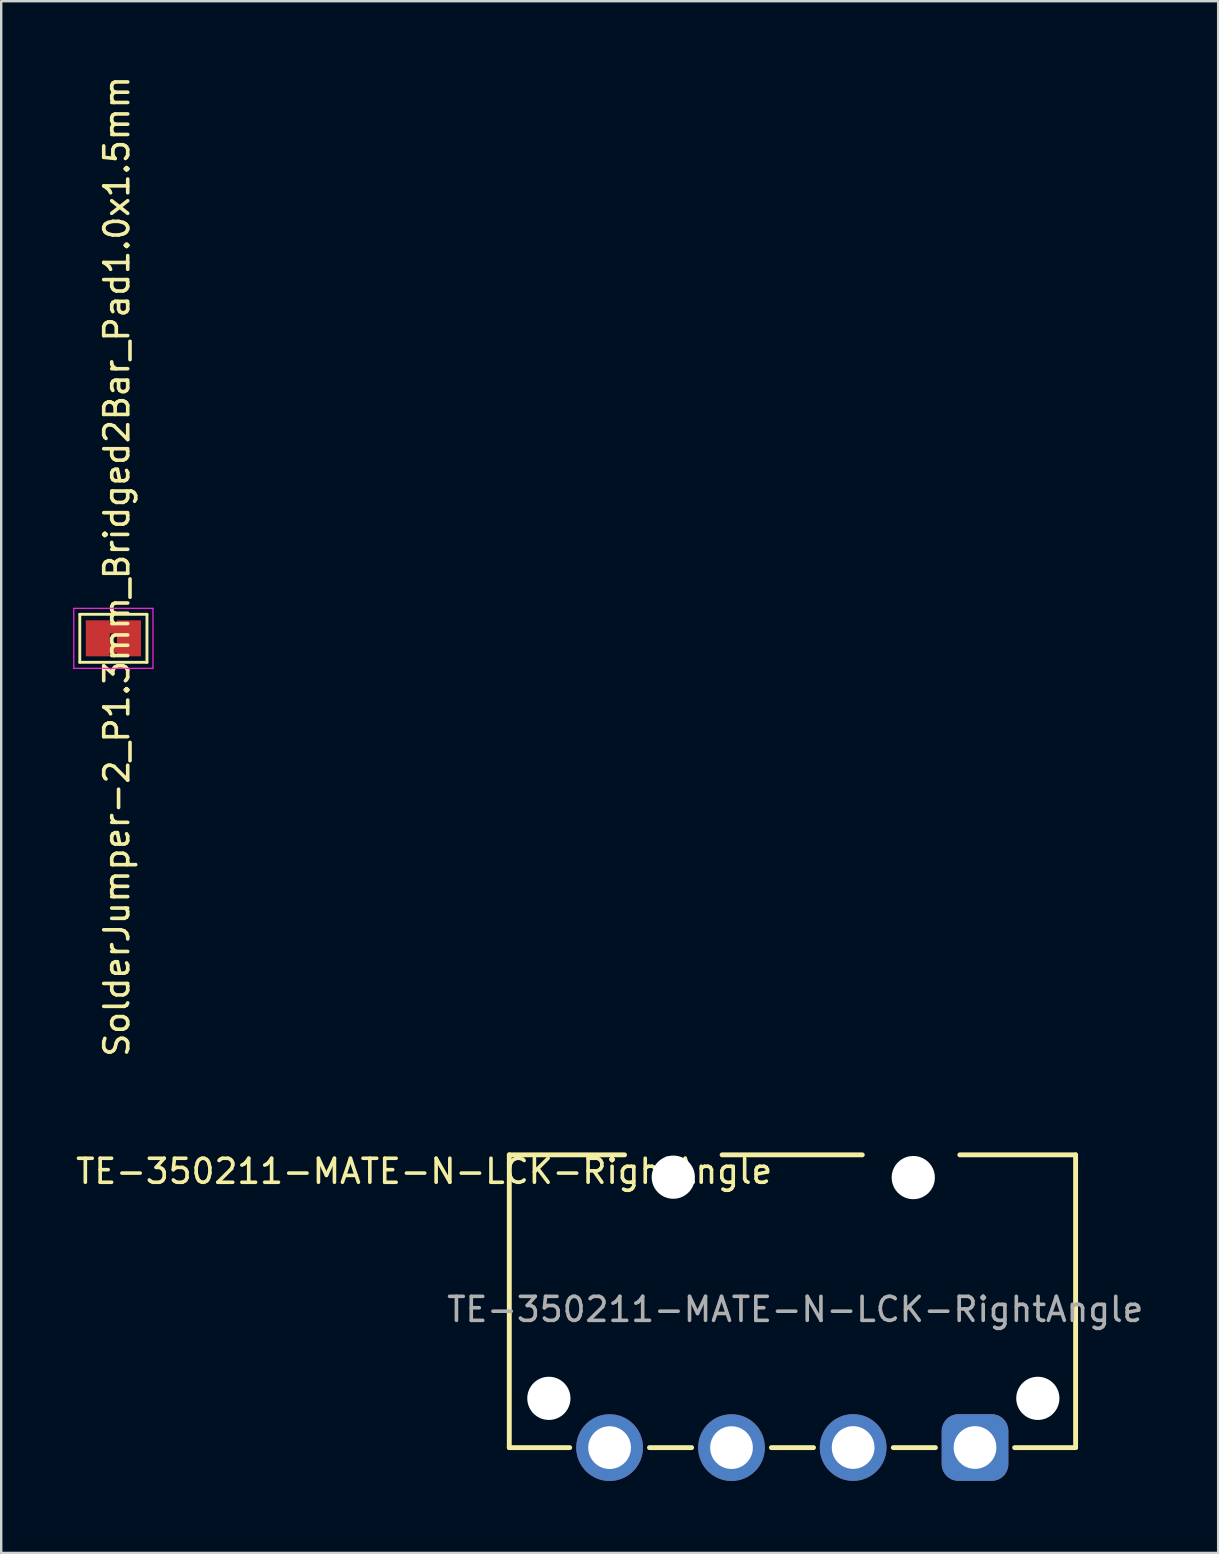
<source format=kicad_pcb>
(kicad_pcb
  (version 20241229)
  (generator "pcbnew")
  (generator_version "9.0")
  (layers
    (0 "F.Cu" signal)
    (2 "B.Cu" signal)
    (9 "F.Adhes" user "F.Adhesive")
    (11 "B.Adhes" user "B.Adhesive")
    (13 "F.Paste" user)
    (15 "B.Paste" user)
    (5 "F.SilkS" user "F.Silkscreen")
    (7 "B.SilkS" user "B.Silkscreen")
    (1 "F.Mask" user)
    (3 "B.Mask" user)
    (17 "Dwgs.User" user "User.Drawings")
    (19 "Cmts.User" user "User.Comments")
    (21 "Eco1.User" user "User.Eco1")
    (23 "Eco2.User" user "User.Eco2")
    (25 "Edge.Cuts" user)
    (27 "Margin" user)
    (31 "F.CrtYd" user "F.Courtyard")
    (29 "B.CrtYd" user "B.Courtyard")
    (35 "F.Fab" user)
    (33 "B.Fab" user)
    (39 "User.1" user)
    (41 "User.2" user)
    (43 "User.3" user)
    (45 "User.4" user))
  (footprint "TE-350211-MATE-N-LCK-RightAngle"
    (layer "F.Cu")
    (at 30.09 49.018)
    (property "Reference" "TE-350211-MATE-N-LCK-RightAngle" (at -15.465 -3.255 0) (unlocked yes) (layer "F.SilkS") (effects (font (size 1 1) (thickness 0.15))))
    (attr through_hole)
    (fp_line (start -11.916 -3.941) (end -11.916 8.259) (stroke (width 0.203) (type solid)) (layer "F.SilkS"))
    (fp_line (start -11.916 8.259) (end -9.398 8.259) (stroke (width 0.203) (type solid)) (layer "F.SilkS"))
    (fp_line (start -7.112 -3.941) (end -11.916 -3.941) (stroke (width 0.203) (type solid)) (layer "F.SilkS"))
    (fp_line (start -6.074 8.259) (end -4.318 8.259) (stroke (width 0.203) (type solid)) (layer "F.SilkS"))
    (fp_line (start -0.994 8.259) (end 0.762 8.259) (stroke (width 0.203) (type solid)) (layer "F.SilkS"))
    (fp_line (start 2.794 -3.941) (end -3.048 -3.941) (stroke (width 0.203) (type solid)) (layer "F.SilkS"))
    (fp_line (start 4.086 8.259) (end 5.842 8.259) (stroke (width 0.203) (type solid)) (layer "F.SilkS"))
    (fp_line (start 9.144 8.259) (end 11.684 8.259) (stroke (width 0.203) (type solid)) (layer "F.SilkS"))
    (fp_line (start 11.684 -3.941) (end 6.858 -3.941) (stroke (width 0.203) (type solid)) (layer "F.SilkS"))
    (fp_line (start 11.684 8.259) (end 11.684 -3.941) (stroke (width 0.203) (type solid)) (layer "F.SilkS"))
    (fp_text user "${REFERENCE}" (at 0 2.5 0) (unlocked yes) (layer "F.Fab") (effects (font (size 1 1) (thickness 0.15))))
    (pad "" np_thru_hole circle (at -10.267 6.206) (size 1.8 1.8) (drill 2.2) (layers "*.Cu" "*.Mask"))
    (pad "" np_thru_hole circle (at -5.082 -3.011) (size 1.8 1.8) (drill 3.8) (layers "*.Cu" "*.Mask"))
    (pad "" np_thru_hole circle (at 4.919 -2.994) (size 1.8 1.8) (drill 3.8) (layers "*.Cu" "*.Mask"))
    (pad "" np_thru_hole circle (at 10.11 6.206) (size 1.8 1.8) (drill 2.2) (layers "*.Cu" "*.Mask"))
    (pad "1" thru_hole roundrect (at 7.493 8.255) (size 2.78 2.78) (drill 1.78) (layers "*.Cu" "*.Mask") (roundrect_rratio 0.25))
    (pad "2" thru_hole circle (at 2.413 8.255) (size 2.78 2.78) (drill 1.78) (layers "*.Cu" "*.Mask"))
    (pad "3" thru_hole circle (at -2.656 8.259) (size 2.78 2.78) (drill 1.78) (layers "*.Cu" "*.Mask"))
    (pad "4" thru_hole circle (at -7.736 8.259) (size 2.78 2.78) (drill 1.78) (layers "*.Cu" "*.Mask")))
  (footprint "SolderJumper-2_P1.3mm_Bridged2Bar_Pad1.0x1.5mm"
    (layer "F.Cu")
    (at 1.675 23.551)
    (property "Reference" "SolderJumper-2_P1.3mm_Bridged2Bar_Pad1.0x1.5mm" (at 0.142 -2.997 270) (layer "F.SilkS") (effects (font (size 1 1) (thickness 0.15))))
    (attr exclude_from_pos_files)
    (fp_poly (pts (xy -0.25 -0.6) (xy 0.25 -0.6) (xy 0.25 -0.2) (xy -0.25 -0.2)) (stroke (width 0) (type solid)) (fill yes) (layer "F.Cu"))
    (fp_poly (pts (xy -0.25 0.2) (xy 0.25 0.2) (xy 0.25 0.6) (xy -0.25 0.6)) (stroke (width 0) (type solid)) (fill yes) (layer "F.Cu"))
    (fp_line (start -1.4 -1) (end 1.4 -1) (stroke (width 0.12) (type solid)) (layer "F.SilkS"))
    (fp_line (start -1.4 1) (end -1.4 -1) (stroke (width 0.12) (type solid)) (layer "F.SilkS"))
    (fp_line (start 1.4 -1) (end 1.4 1) (stroke (width 0.12) (type solid)) (layer "F.SilkS"))
    (fp_line (start 1.4 1) (end -1.4 1) (stroke (width 0.12) (type solid)) (layer "F.SilkS"))
    (fp_line (start -1.65 -1.25) (end -1.65 1.25) (stroke (width 0.05) (type solid)) (layer "F.CrtYd"))
    (fp_line (start -1.65 -1.25) (end 1.65 -1.25) (stroke (width 0.05) (type solid)) (layer "F.CrtYd"))
    (fp_line (start 1.65 1.25) (end -1.65 1.25) (stroke (width 0.05) (type solid)) (layer "F.CrtYd"))
    (fp_line (start 1.65 1.25) (end 1.65 -1.25) (stroke (width 0.05) (type solid)) (layer "F.CrtYd"))
    (pad "1" smd rect (at -0.65 0) (size 1 1.5) (layers "F.Cu" "F.Mask"))
    (pad "2" smd rect (at 0.65 0) (size 1 1.5) (layers "F.Cu" "F.Mask")))
  (gr_rect
    (start -3 -3)
    (end 47.715 61.667)
    (stroke (width 0.1) (type default))
    (fill no)
    (layer "Edge.Cuts")))
</source>
